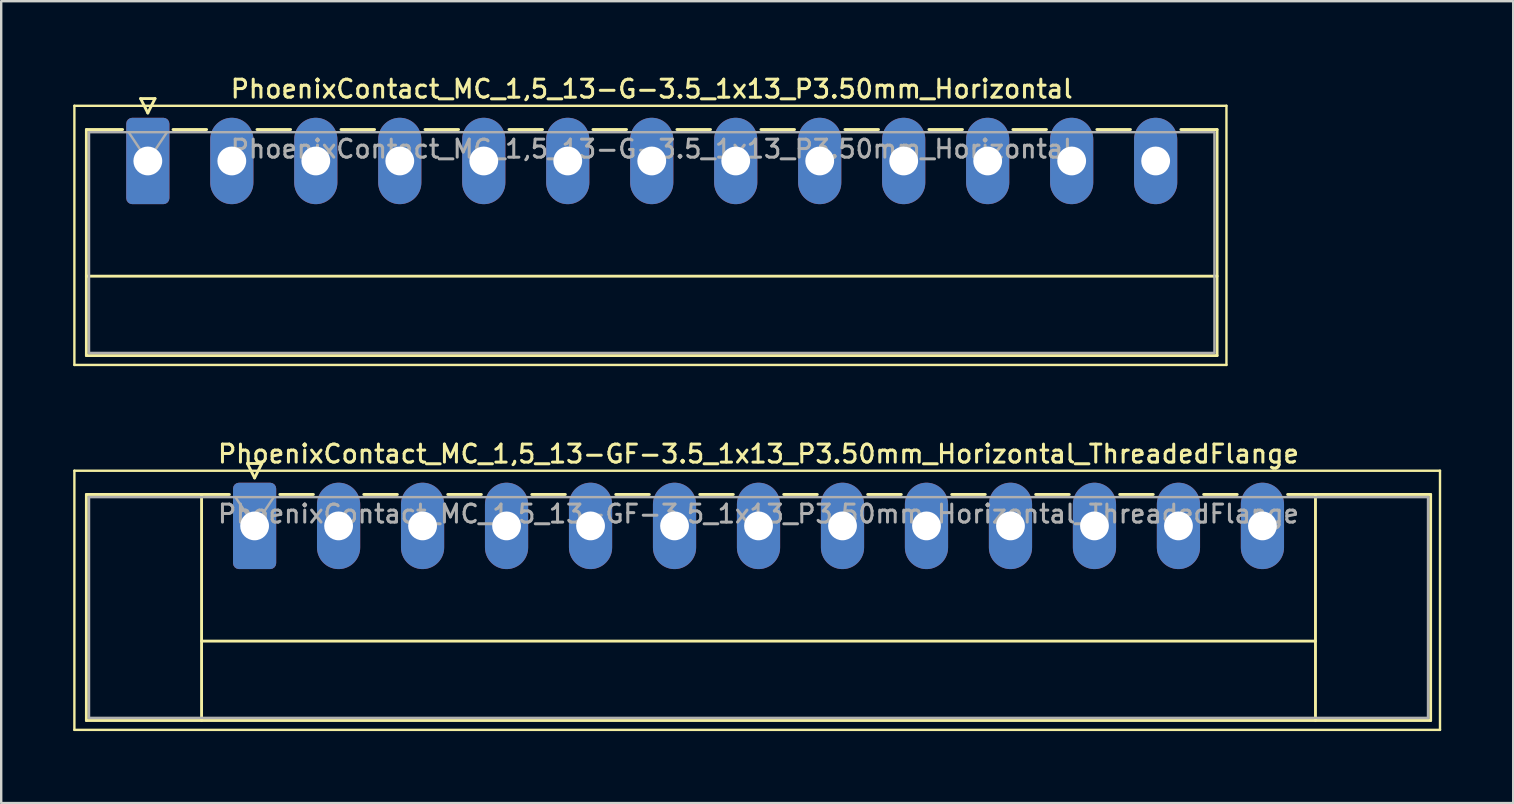
<source format=kicad_pcb>
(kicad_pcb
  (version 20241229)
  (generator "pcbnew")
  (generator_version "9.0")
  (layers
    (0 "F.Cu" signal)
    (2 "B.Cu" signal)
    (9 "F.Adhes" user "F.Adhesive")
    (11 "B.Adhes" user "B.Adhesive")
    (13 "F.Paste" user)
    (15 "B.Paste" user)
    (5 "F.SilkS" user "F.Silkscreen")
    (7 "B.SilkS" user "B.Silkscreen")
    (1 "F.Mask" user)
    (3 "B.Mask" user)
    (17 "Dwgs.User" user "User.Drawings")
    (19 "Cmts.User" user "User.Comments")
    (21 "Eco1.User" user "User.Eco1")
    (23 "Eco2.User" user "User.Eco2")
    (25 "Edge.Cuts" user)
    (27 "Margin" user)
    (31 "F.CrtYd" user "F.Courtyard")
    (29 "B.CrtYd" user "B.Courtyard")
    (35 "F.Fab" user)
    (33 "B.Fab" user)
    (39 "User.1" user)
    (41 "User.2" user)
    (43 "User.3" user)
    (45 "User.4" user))
  (footprint "PhoenixContact_MC_1,5_13-GF-3.5_1x13_P3.50mm_Horizontal_ThreadedFlange"
    (layer "F.Cu")
    (at 7.56 18.866)
    (property "Reference" "PhoenixContact_MC_1,5_13-GF-3.5_1x13_P3.50mm_Horizontal_ThreadedFlange" (at 21 -3 0) (layer "F.SilkS") (effects (font (size 0.75 0.75) (thickness 0.125))))
    (attr through_hole)
    (fp_line (start -7.51 -2.3) (end -7.51 8.5) (stroke (width 0.1) (type solid)) (layer "F.SilkS"))
    (fp_line (start -7.51 8.5) (end 49.4 8.5) (stroke (width 0.1) (type solid)) (layer "F.SilkS"))
    (fp_line (start -7.01 -1.31) (end -7.01 8.11) (stroke (width 0.12) (type solid)) (layer "F.SilkS"))
    (fp_line (start -7.01 -1.31) (end -1.05 -1.31) (stroke (width 0.12) (type solid)) (layer "F.SilkS"))
    (fp_line (start -7.01 8.11) (end 49.01 8.11) (stroke (width 0.12) (type solid)) (layer "F.SilkS"))
    (fp_line (start -2.21 -1.31) (end -2.21 8.11) (stroke (width 0.12) (type solid)) (layer "F.SilkS"))
    (fp_line (start -2.21 4.8) (end 44.21 4.8) (stroke (width 0.12) (type solid)) (layer "F.SilkS"))
    (fp_line (start -0.3 -2.6) (end 0.3 -2.6) (stroke (width 0.12) (type solid)) (layer "F.SilkS"))
    (fp_line (start 0 -2) (end -0.3 -2.6) (stroke (width 0.12) (type solid)) (layer "F.SilkS"))
    (fp_line (start 0.3 -2.6) (end 0 -2) (stroke (width 0.12) (type solid)) (layer "F.SilkS"))
    (fp_line (start 1.05 -1.31) (end 2.45 -1.31) (stroke (width 0.12) (type solid)) (layer "F.SilkS"))
    (fp_line (start 4.55 -1.31) (end 5.95 -1.31) (stroke (width 0.12) (type solid)) (layer "F.SilkS"))
    (fp_line (start 8.05 -1.31) (end 9.45 -1.31) (stroke (width 0.12) (type solid)) (layer "F.SilkS"))
    (fp_line (start 11.55 -1.31) (end 12.95 -1.31) (stroke (width 0.12) (type solid)) (layer "F.SilkS"))
    (fp_line (start 15.05 -1.31) (end 16.45 -1.31) (stroke (width 0.12) (type solid)) (layer "F.SilkS"))
    (fp_line (start 18.55 -1.31) (end 19.95 -1.31) (stroke (width 0.12) (type solid)) (layer "F.SilkS"))
    (fp_line (start 22.05 -1.31) (end 23.45 -1.31) (stroke (width 0.12) (type solid)) (layer "F.SilkS"))
    (fp_line (start 25.55 -1.31) (end 26.95 -1.31) (stroke (width 0.12) (type solid)) (layer "F.SilkS"))
    (fp_line (start 29.05 -1.31) (end 30.45 -1.31) (stroke (width 0.12) (type solid)) (layer "F.SilkS"))
    (fp_line (start 32.55 -1.31) (end 33.95 -1.31) (stroke (width 0.12) (type solid)) (layer "F.SilkS"))
    (fp_line (start 36.05 -1.31) (end 37.45 -1.31) (stroke (width 0.12) (type solid)) (layer "F.SilkS"))
    (fp_line (start 39.55 -1.31) (end 40.95 -1.31) (stroke (width 0.12) (type solid)) (layer "F.SilkS"))
    (fp_line (start 44.21 -1.31) (end 44.21 8.11) (stroke (width 0.12) (type solid)) (layer "F.SilkS"))
    (fp_line (start 49.01 -1.31) (end 43.05 -1.31) (stroke (width 0.12) (type solid)) (layer "F.SilkS"))
    (fp_line (start 49.01 8.11) (end 49.01 -1.31) (stroke (width 0.12) (type solid)) (layer "F.SilkS"))
    (fp_line (start 49.4 -2.3) (end -7.51 -2.3) (stroke (width 0.1) (type solid)) (layer "F.SilkS"))
    (fp_line (start 49.4 8.5) (end 49.4 -2.3) (stroke (width 0.1) (type solid)) (layer "F.SilkS"))
    (fp_line (start -6.9 -1.2) (end -6.9 8) (stroke (width 0.1) (type solid)) (layer "F.Fab"))
    (fp_line (start -6.9 8) (end 48.9 8) (stroke (width 0.1) (type solid)) (layer "F.Fab"))
    (fp_line (start 0 0) (end -0.8 -1.2) (stroke (width 0.1) (type solid)) (layer "F.Fab"))
    (fp_line (start 0.8 -1.2) (end 0 0) (stroke (width 0.1) (type solid)) (layer "F.Fab"))
    (fp_line (start 48.9 -1.2) (end -6.9 -1.2) (stroke (width 0.1) (type solid)) (layer "F.Fab"))
    (fp_line (start 48.9 8) (end 48.9 -1.2) (stroke (width 0.1) (type solid)) (layer "F.Fab"))
    (fp_text user "${REFERENCE}" (at 21 -0.5 0) (layer "F.Fab") (effects (font (size 0.75 0.75) (thickness 0.125))))
    (pad "1" thru_hole roundrect (at 0 0) (size 1.8 3.6) (drill 1.2) (layers "*.Cu" "*.Mask") (roundrect_rratio 0.139))
    (pad "2" thru_hole oval (at 3.5 0) (size 1.8 3.6) (drill 1.2) (layers "*.Cu" "*.Mask"))
    (pad "3" thru_hole oval (at 7 0) (size 1.8 3.6) (drill 1.2) (layers "*.Cu" "*.Mask"))
    (pad "4" thru_hole oval (at 10.5 0) (size 1.8 3.6) (drill 1.2) (layers "*.Cu" "*.Mask"))
    (pad "5" thru_hole oval (at 14 0) (size 1.8 3.6) (drill 1.2) (layers "*.Cu" "*.Mask"))
    (pad "6" thru_hole oval (at 17.5 0) (size 1.8 3.6) (drill 1.2) (layers "*.Cu" "*.Mask"))
    (pad "7" thru_hole oval (at 21 0) (size 1.8 3.6) (drill 1.2) (layers "*.Cu" "*.Mask"))
    (pad "8" thru_hole oval (at 24.5 0) (size 1.8 3.6) (drill 1.2) (layers "*.Cu" "*.Mask"))
    (pad "9" thru_hole oval (at 28 0) (size 1.8 3.6) (drill 1.2) (layers "*.Cu" "*.Mask"))
    (pad "10" thru_hole oval (at 31.5 0) (size 1.8 3.6) (drill 1.2) (layers "*.Cu" "*.Mask"))
    (pad "11" thru_hole oval (at 35 0) (size 1.8 3.6) (drill 1.2) (layers "*.Cu" "*.Mask"))
    (pad "12" thru_hole oval (at 38.5 0) (size 1.8 3.6) (drill 1.2) (layers "*.Cu" "*.Mask"))
    (pad "13" thru_hole oval (at 42 0) (size 1.8 3.6) (drill 1.2) (layers "*.Cu" "*.Mask")))
  (footprint "PhoenixContact_MC_1,5_13-G-3.5_1x13_P3.50mm_Horizontal"
    (layer "F.Cu")
    (at 3.11 3.658)
    (property "Reference" "PhoenixContact_MC_1,5_13-G-3.5_1x13_P3.50mm_Horizontal" (at 21 -3 0) (layer "F.SilkS") (effects (font (size 0.75 0.75) (thickness 0.125))))
    (attr through_hole)
    (fp_line (start -3.06 -2.3) (end -3.06 8.5) (stroke (width 0.1) (type solid)) (layer "F.SilkS"))
    (fp_line (start -3.06 8.5) (end 44.95 8.5) (stroke (width 0.1) (type solid)) (layer "F.SilkS"))
    (fp_line (start -2.56 -1.31) (end -2.56 8.11) (stroke (width 0.12) (type solid)) (layer "F.SilkS"))
    (fp_line (start -2.56 -1.31) (end -1.05 -1.31) (stroke (width 0.12) (type solid)) (layer "F.SilkS"))
    (fp_line (start -2.56 4.8) (end 44.56 4.8) (stroke (width 0.12) (type solid)) (layer "F.SilkS"))
    (fp_line (start -2.56 8.11) (end 44.56 8.11) (stroke (width 0.12) (type solid)) (layer "F.SilkS"))
    (fp_line (start -0.3 -2.6) (end 0.3 -2.6) (stroke (width 0.12) (type solid)) (layer "F.SilkS"))
    (fp_line (start 0 -2) (end -0.3 -2.6) (stroke (width 0.12) (type solid)) (layer "F.SilkS"))
    (fp_line (start 0.3 -2.6) (end 0 -2) (stroke (width 0.12) (type solid)) (layer "F.SilkS"))
    (fp_line (start 1.05 -1.31) (end 2.45 -1.31) (stroke (width 0.12) (type solid)) (layer "F.SilkS"))
    (fp_line (start 4.55 -1.31) (end 5.95 -1.31) (stroke (width 0.12) (type solid)) (layer "F.SilkS"))
    (fp_line (start 8.05 -1.31) (end 9.45 -1.31) (stroke (width 0.12) (type solid)) (layer "F.SilkS"))
    (fp_line (start 11.55 -1.31) (end 12.95 -1.31) (stroke (width 0.12) (type solid)) (layer "F.SilkS"))
    (fp_line (start 15.05 -1.31) (end 16.45 -1.31) (stroke (width 0.12) (type solid)) (layer "F.SilkS"))
    (fp_line (start 18.55 -1.31) (end 19.95 -1.31) (stroke (width 0.12) (type solid)) (layer "F.SilkS"))
    (fp_line (start 22.05 -1.31) (end 23.45 -1.31) (stroke (width 0.12) (type solid)) (layer "F.SilkS"))
    (fp_line (start 25.55 -1.31) (end 26.95 -1.31) (stroke (width 0.12) (type solid)) (layer "F.SilkS"))
    (fp_line (start 29.05 -1.31) (end 30.45 -1.31) (stroke (width 0.12) (type solid)) (layer "F.SilkS"))
    (fp_line (start 32.55 -1.31) (end 33.95 -1.31) (stroke (width 0.12) (type solid)) (layer "F.SilkS"))
    (fp_line (start 36.05 -1.31) (end 37.45 -1.31) (stroke (width 0.12) (type solid)) (layer "F.SilkS"))
    (fp_line (start 39.55 -1.31) (end 40.95 -1.31) (stroke (width 0.12) (type solid)) (layer "F.SilkS"))
    (fp_line (start 44.56 -1.31) (end 43.05 -1.31) (stroke (width 0.12) (type solid)) (layer "F.SilkS"))
    (fp_line (start 44.56 8.11) (end 44.56 -1.31) (stroke (width 0.12) (type solid)) (layer "F.SilkS"))
    (fp_line (start 44.95 -2.3) (end -3.06 -2.3) (stroke (width 0.1) (type solid)) (layer "F.SilkS"))
    (fp_line (start 44.95 8.5) (end 44.95 -2.3) (stroke (width 0.1) (type solid)) (layer "F.SilkS"))
    (fp_line (start -2.45 -1.2) (end -2.45 8) (stroke (width 0.1) (type solid)) (layer "F.Fab"))
    (fp_line (start -2.45 8) (end 44.45 8) (stroke (width 0.1) (type solid)) (layer "F.Fab"))
    (fp_line (start 0 0) (end -0.8 -1.2) (stroke (width 0.1) (type solid)) (layer "F.Fab"))
    (fp_line (start 0.8 -1.2) (end 0 0) (stroke (width 0.1) (type solid)) (layer "F.Fab"))
    (fp_line (start 44.45 -1.2) (end -2.45 -1.2) (stroke (width 0.1) (type solid)) (layer "F.Fab"))
    (fp_line (start 44.45 8) (end 44.45 -1.2) (stroke (width 0.1) (type solid)) (layer "F.Fab"))
    (fp_text user "${REFERENCE}" (at 21 -0.5 0) (layer "F.Fab") (effects (font (size 0.75 0.75) (thickness 0.125))))
    (pad "1" thru_hole roundrect (at 0 0) (size 1.8 3.6) (drill 1.2) (layers "*.Cu" "*.Mask") (roundrect_rratio 0.139))
    (pad "2" thru_hole oval (at 3.5 0) (size 1.8 3.6) (drill 1.2) (layers "*.Cu" "*.Mask"))
    (pad "3" thru_hole oval (at 7 0) (size 1.8 3.6) (drill 1.2) (layers "*.Cu" "*.Mask"))
    (pad "4" thru_hole oval (at 10.5 0) (size 1.8 3.6) (drill 1.2) (layers "*.Cu" "*.Mask"))
    (pad "5" thru_hole oval (at 14 0) (size 1.8 3.6) (drill 1.2) (layers "*.Cu" "*.Mask"))
    (pad "6" thru_hole oval (at 17.5 0) (size 1.8 3.6) (drill 1.2) (layers "*.Cu" "*.Mask"))
    (pad "7" thru_hole oval (at 21 0) (size 1.8 3.6) (drill 1.2) (layers "*.Cu" "*.Mask"))
    (pad "8" thru_hole oval (at 24.5 0) (size 1.8 3.6) (drill 1.2) (layers "*.Cu" "*.Mask"))
    (pad "9" thru_hole oval (at 28 0) (size 1.8 3.6) (drill 1.2) (layers "*.Cu" "*.Mask"))
    (pad "10" thru_hole oval (at 31.5 0) (size 1.8 3.6) (drill 1.2) (layers "*.Cu" "*.Mask"))
    (pad "11" thru_hole oval (at 35 0) (size 1.8 3.6) (drill 1.2) (layers "*.Cu" "*.Mask"))
    (pad "12" thru_hole oval (at 38.5 0) (size 1.8 3.6) (drill 1.2) (layers "*.Cu" "*.Mask"))
    (pad "13" thru_hole oval (at 42 0) (size 1.8 3.6) (drill 1.2) (layers "*.Cu" "*.Mask")))
  (gr_rect
    (start -3 -3)
    (end 60.01 30.416)
    (stroke (width 0.1) (type default))
    (fill no)
    (layer "Edge.Cuts")))
</source>
